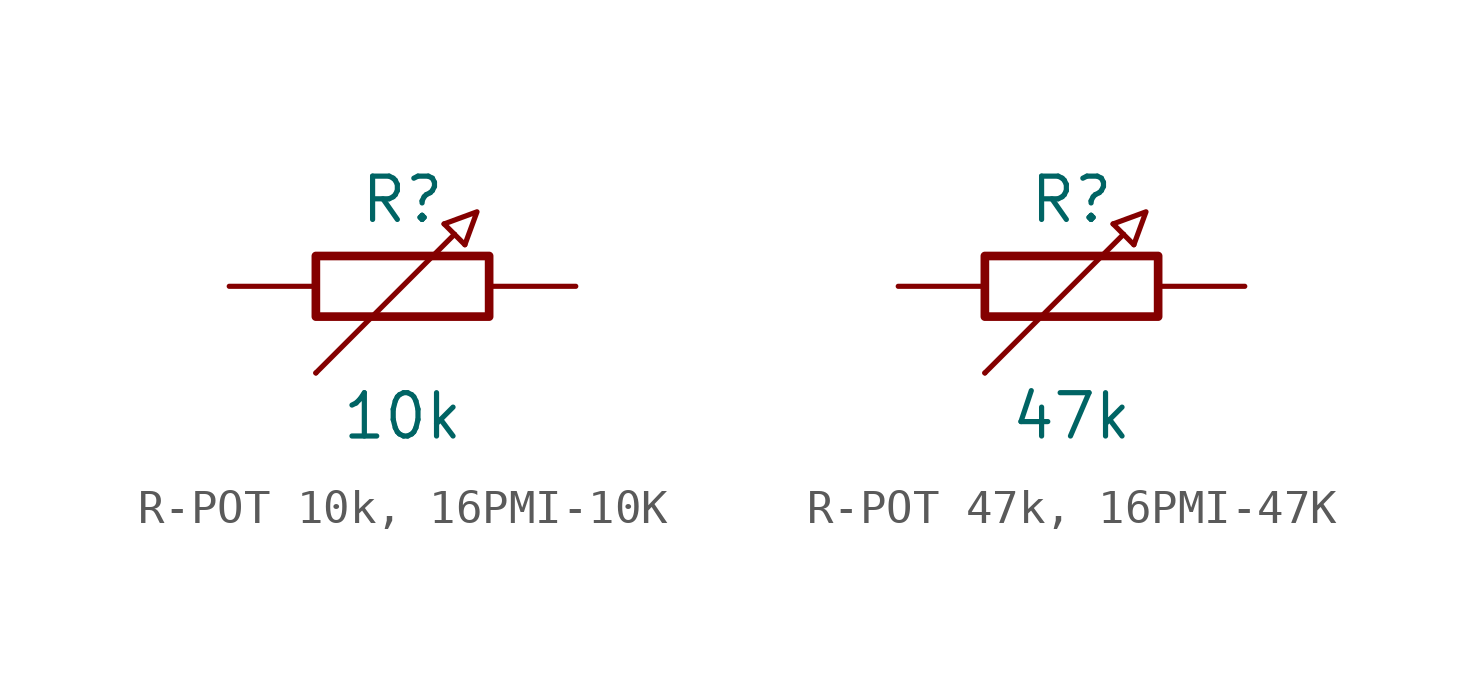
<source format=kicad_sym>
(kicad_symbol_lib
  (version 20241209)
  (generator "kicad_symbol_editor")
  (generator_version "9.0")
  (symbol "R-POT 10k, 16PMI-10K"
    (pin_numbers
      (hide yes))
    (pin_names
      (offset 0)
      (hide yes))
    (property "Reference" "R"
      (at 0 2.54 0)
      (effects (font (size 1.27 1.27))))
    (property "Value" "10k"
      (at 0 -3.81 0)
      (effects (font (size 1.27 1.27))))
    (property "Label" ""
      (at 0 0 0)
      (effects (font (size 1.27 1.27) (thickness 0.254) (bold yes))))
    (symbol "R-POT 10k, 16PMI-10K_0_1"
      (rectangle (start -2.54 0.889) (end 2.54 -0.889) (stroke (width 0.254) (type default)) (fill (type none)))
      (polyline (pts (xy -2.54 -2.54) (xy -2.54 -2.54) (xy 1.524 1.524) (xy 1.524 1.524)) (stroke (width 0) (type default)) (fill (type none)))
      (polyline (pts (xy 1.524 1.524) (xy 1.219 1.829)) (stroke (width 0) (type default)) (fill (type none)))
      (polyline (pts (xy 1.524 1.524) (xy 1.829 1.219)) (stroke (width 0) (type default)) (fill (type none)))
      (polyline (pts (xy 1.829 1.219) (xy 2.184 2.184) (xy 1.219 1.829)) (stroke (width 0) (type default)) (fill (type none))))
    (symbol "R-POT 10k, 16PMI-10K_1_1"
      (pin passive line (at -5.08 0 0) (length 2.54) (name "1" (effects (font (size 1.27 1.27)))) (number "1" (effects (font (size 1.27 1.27)))))
      (pin passive line (at -2.54 -2.54 0) (length 0) (name "2" (effects (font (size 1.27 1.27)))) (number "2" (effects (font (size 1.27 1.27)))))
      (pin passive line (at 5.08 0 180) (length 2.54) (name "3" (effects (font (size 1.27 1.27)))) (number "3" (effects (font (size 1.27 1.27)))))))
  (symbol "R-POT 47k, 16PMI-47K"
    (pin_numbers
      (hide yes))
    (pin_names
      (offset 0)
      (hide yes))
    (property "Reference" "R"
      (at 0 2.54 0)
      (effects (font (size 1.27 1.27))))
    (property "Value" "47k"
      (at 0 -3.81 0)
      (effects (font (size 1.27 1.27))))
    (property "Label" ""
      (at 0 0 0)
      (effects (font (size 1.27 1.27) (thickness 0.254) (bold yes))))
    (symbol "R-POT 47k, 16PMI-47K_0_1"
      (rectangle (start -2.54 0.889) (end 2.54 -0.889) (stroke (width 0.254) (type default)) (fill (type none)))
      (polyline (pts (xy -2.54 -2.54) (xy -2.54 -2.54) (xy 1.524 1.524) (xy 1.524 1.524)) (stroke (width 0) (type default)) (fill (type none)))
      (polyline (pts (xy 1.524 1.524) (xy 1.219 1.829)) (stroke (width 0) (type default)) (fill (type none)))
      (polyline (pts (xy 1.524 1.524) (xy 1.829 1.219)) (stroke (width 0) (type default)) (fill (type none)))
      (polyline (pts (xy 1.829 1.219) (xy 2.184 2.184) (xy 1.219 1.829)) (stroke (width 0) (type default)) (fill (type none))))
    (symbol "R-POT 47k, 16PMI-47K_1_1"
      (pin passive line (at -5.08 0 0) (length 2.54) (name "1" (effects (font (size 1.27 1.27)))) (number "1" (effects (font (size 1.27 1.27)))))
      (pin passive line (at -2.54 -2.54 0) (length 0) (name "2" (effects (font (size 1.27 1.27)))) (number "2" (effects (font (size 1.27 1.27)))))
      (pin passive line (at 5.08 0 180) (length 2.54) (name "3" (effects (font (size 1.27 1.27)))) (number "3" (effects (font (size 1.27 1.27))))))))
</source>
